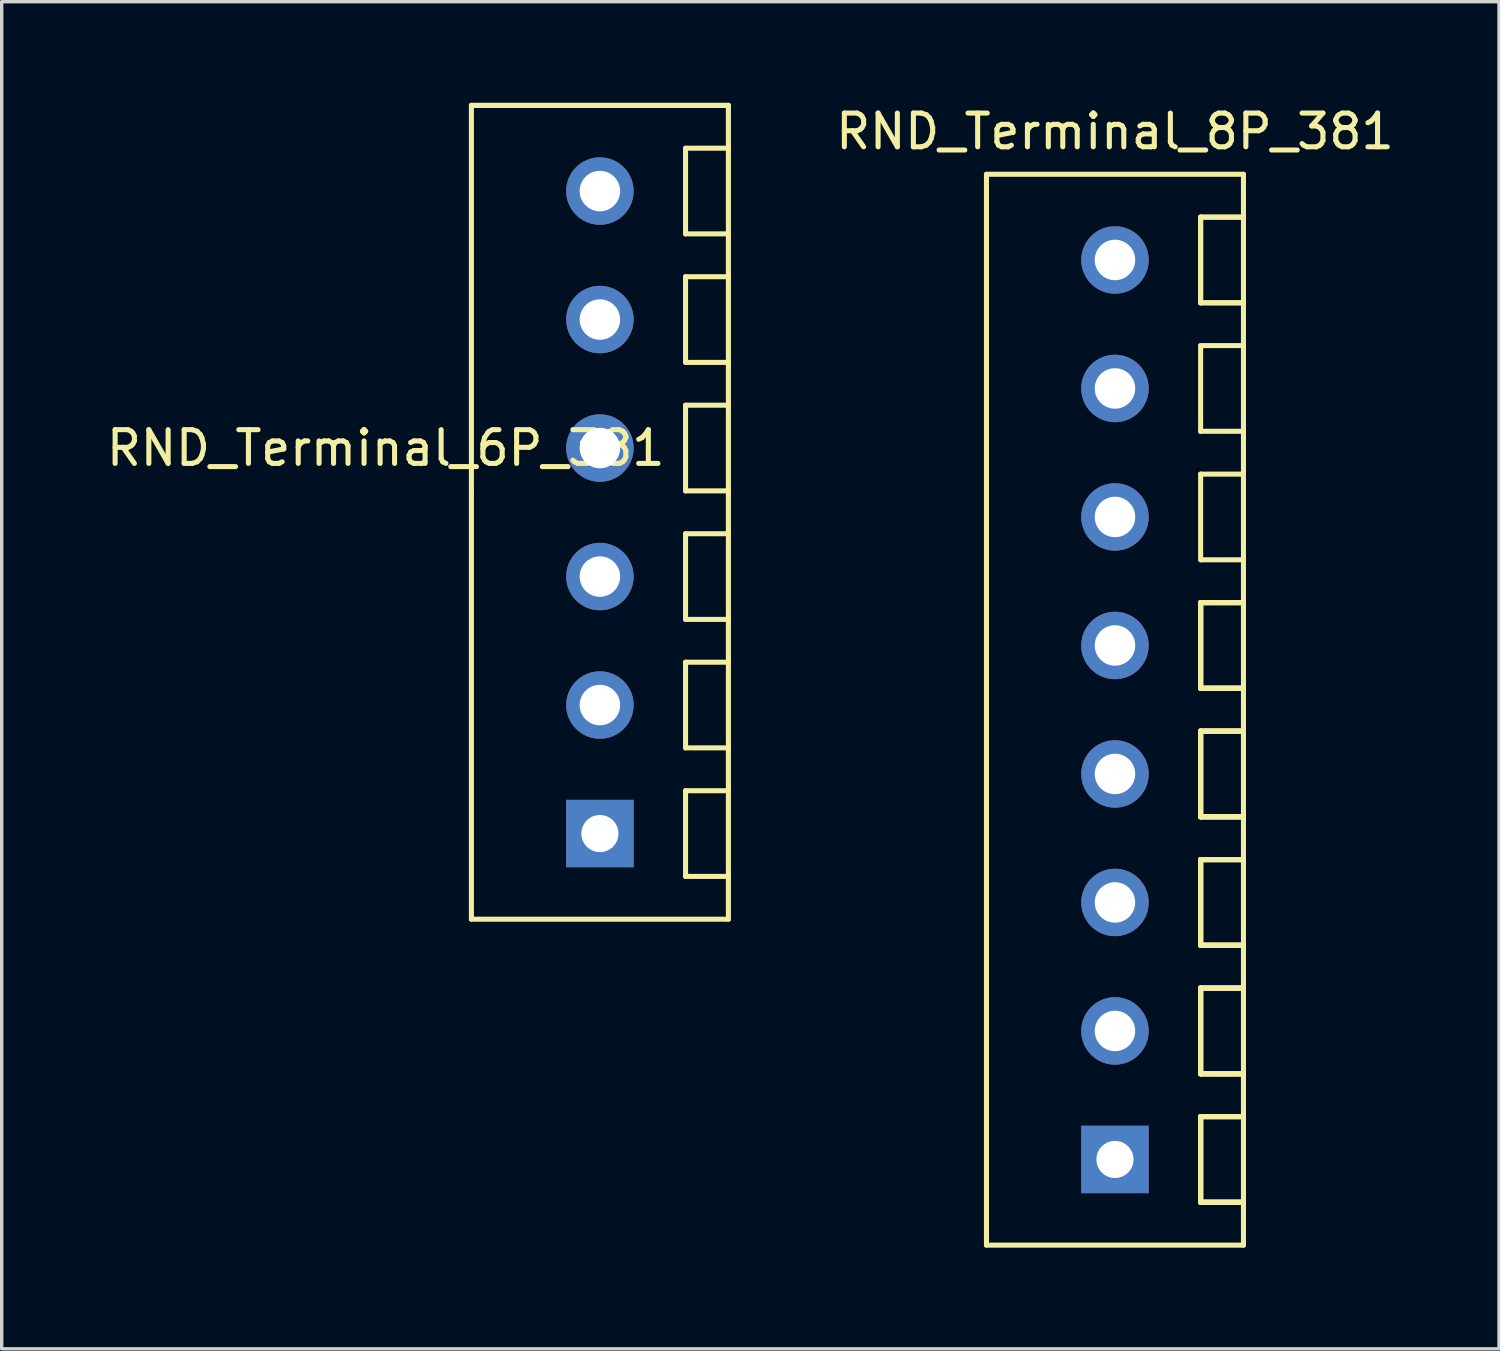
<source format=kicad_pcb>
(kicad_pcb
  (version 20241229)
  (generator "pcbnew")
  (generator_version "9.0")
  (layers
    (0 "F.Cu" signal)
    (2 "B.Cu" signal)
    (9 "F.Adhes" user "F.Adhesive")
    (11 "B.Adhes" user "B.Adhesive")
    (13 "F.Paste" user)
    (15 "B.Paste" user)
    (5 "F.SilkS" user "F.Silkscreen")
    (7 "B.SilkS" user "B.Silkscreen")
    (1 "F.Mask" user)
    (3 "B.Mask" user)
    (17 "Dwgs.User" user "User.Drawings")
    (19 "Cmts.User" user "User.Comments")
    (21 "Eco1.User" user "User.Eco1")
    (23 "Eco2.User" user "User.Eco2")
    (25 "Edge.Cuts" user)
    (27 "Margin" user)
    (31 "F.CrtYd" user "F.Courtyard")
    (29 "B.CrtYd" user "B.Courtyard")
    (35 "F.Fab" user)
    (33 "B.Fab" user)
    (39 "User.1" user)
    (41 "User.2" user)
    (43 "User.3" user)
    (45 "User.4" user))
  (footprint "RND_Terminal_8P_381"
    (layer "F.Cu")
    (at 30.009 7.198)
    (property "Reference" "RND_Terminal_8P_381" (at 0 -6.35 0) (layer "F.SilkS") (effects (font (size 1 1) (thickness 0.15))))
    (attr through_hole)
    (fp_line (start -3.81 -5.08) (end 3.81 -5.08) (stroke (width 0.15) (type solid)) (layer "F.SilkS"))
    (fp_line (start -3.81 7.62) (end -3.81 -5.08) (stroke (width 0.15) (type solid)) (layer "F.SilkS"))
    (fp_line (start -3.81 7.62) (end -3.81 26.67) (stroke (width 0.15) (type solid)) (layer "F.SilkS"))
    (fp_line (start 2.54 -3.81) (end 2.54 -1.27) (stroke (width 0.15) (type solid)) (layer "F.SilkS"))
    (fp_line (start 2.54 -3.81) (end 2.54 -1.27) (stroke (width 0.15) (type solid)) (layer "F.SilkS"))
    (fp_line (start 2.54 -1.27) (end 3.81 -1.27) (stroke (width 0.15) (type solid)) (layer "F.SilkS"))
    (fp_line (start 2.54 -1.27) (end 3.81 -1.27) (stroke (width 0.15) (type solid)) (layer "F.SilkS"))
    (fp_line (start 2.54 0) (end 2.54 2.54) (stroke (width 0.15) (type solid)) (layer "F.SilkS"))
    (fp_line (start 2.54 2.54) (end 3.81 2.54) (stroke (width 0.15) (type solid)) (layer "F.SilkS"))
    (fp_line (start 2.54 3.81) (end 2.54 6.35) (stroke (width 0.15) (type solid)) (layer "F.SilkS"))
    (fp_line (start 2.54 6.35) (end 3.81 6.35) (stroke (width 0.15) (type solid)) (layer "F.SilkS"))
    (fp_line (start 2.54 7.62) (end 2.54 10.16) (stroke (width 0.15) (type solid)) (layer "F.SilkS"))
    (fp_line (start 2.54 7.62) (end 2.54 10.16) (stroke (width 0.15) (type solid)) (layer "F.SilkS"))
    (fp_line (start 2.54 7.62) (end 2.54 10.16) (stroke (width 0.15) (type solid)) (layer "F.SilkS"))
    (fp_line (start 2.54 7.62) (end 2.54 10.16) (stroke (width 0.15) (type solid)) (layer "F.SilkS"))
    (fp_line (start 2.54 10.16) (end 3.81 10.16) (stroke (width 0.15) (type solid)) (layer "F.SilkS"))
    (fp_line (start 2.54 10.16) (end 3.81 10.16) (stroke (width 0.15) (type solid)) (layer "F.SilkS"))
    (fp_line (start 2.54 10.16) (end 3.81 10.16) (stroke (width 0.15) (type solid)) (layer "F.SilkS"))
    (fp_line (start 2.54 10.16) (end 3.81 10.16) (stroke (width 0.15) (type solid)) (layer "F.SilkS"))
    (fp_line (start 2.54 11.43) (end 2.54 13.97) (stroke (width 0.15) (type solid)) (layer "F.SilkS"))
    (fp_line (start 2.54 11.43) (end 2.54 13.97) (stroke (width 0.15) (type solid)) (layer "F.SilkS"))
    (fp_line (start 2.54 11.43) (end 2.54 13.97) (stroke (width 0.15) (type solid)) (layer "F.SilkS"))
    (fp_line (start 2.54 11.43) (end 2.54 13.97) (stroke (width 0.15) (type solid)) (layer "F.SilkS"))
    (fp_line (start 2.54 13.97) (end 3.81 13.97) (stroke (width 0.15) (type solid)) (layer "F.SilkS"))
    (fp_line (start 2.54 13.97) (end 3.81 13.97) (stroke (width 0.15) (type solid)) (layer "F.SilkS"))
    (fp_line (start 2.54 13.97) (end 3.81 13.97) (stroke (width 0.15) (type solid)) (layer "F.SilkS"))
    (fp_line (start 2.54 13.97) (end 3.81 13.97) (stroke (width 0.15) (type solid)) (layer "F.SilkS"))
    (fp_line (start 2.54 15.24) (end 2.54 17.78) (stroke (width 0.15) (type solid)) (layer "F.SilkS"))
    (fp_line (start 2.54 15.24) (end 2.54 17.78) (stroke (width 0.15) (type solid)) (layer "F.SilkS"))
    (fp_line (start 2.54 15.24) (end 2.54 17.78) (stroke (width 0.15) (type solid)) (layer "F.SilkS"))
    (fp_line (start 2.54 15.24) (end 2.54 17.78) (stroke (width 0.15) (type solid)) (layer "F.SilkS"))
    (fp_line (start 2.54 17.78) (end 3.81 17.78) (stroke (width 0.15) (type solid)) (layer "F.SilkS"))
    (fp_line (start 2.54 17.78) (end 3.81 17.78) (stroke (width 0.15) (type solid)) (layer "F.SilkS"))
    (fp_line (start 2.54 17.78) (end 3.81 17.78) (stroke (width 0.15) (type solid)) (layer "F.SilkS"))
    (fp_line (start 2.54 17.78) (end 3.81 17.78) (stroke (width 0.15) (type solid)) (layer "F.SilkS"))
    (fp_line (start 2.54 19.05) (end 2.54 21.59) (stroke (width 0.15) (type solid)) (layer "F.SilkS"))
    (fp_line (start 2.54 19.05) (end 2.54 21.59) (stroke (width 0.15) (type solid)) (layer "F.SilkS"))
    (fp_line (start 2.54 19.05) (end 2.54 21.59) (stroke (width 0.15) (type solid)) (layer "F.SilkS"))
    (fp_line (start 2.54 19.05) (end 2.54 21.59) (stroke (width 0.15) (type solid)) (layer "F.SilkS"))
    (fp_line (start 2.54 21.59) (end 3.81 21.59) (stroke (width 0.15) (type solid)) (layer "F.SilkS"))
    (fp_line (start 2.54 21.59) (end 3.81 21.59) (stroke (width 0.15) (type solid)) (layer "F.SilkS"))
    (fp_line (start 2.54 21.59) (end 3.81 21.59) (stroke (width 0.15) (type solid)) (layer "F.SilkS"))
    (fp_line (start 2.54 21.59) (end 3.81 21.59) (stroke (width 0.15) (type solid)) (layer "F.SilkS"))
    (fp_line (start 2.54 22.86) (end 2.54 25.4) (stroke (width 0.15) (type solid)) (layer "F.SilkS"))
    (fp_line (start 2.54 22.86) (end 2.54 25.4) (stroke (width 0.15) (type solid)) (layer "F.SilkS"))
    (fp_line (start 2.54 22.86) (end 2.54 25.4) (stroke (width 0.15) (type solid)) (layer "F.SilkS"))
    (fp_line (start 2.54 22.86) (end 2.54 25.4) (stroke (width 0.15) (type solid)) (layer "F.SilkS"))
    (fp_line (start 2.54 25.4) (end 3.81 25.4) (stroke (width 0.15) (type solid)) (layer "F.SilkS"))
    (fp_line (start 2.54 25.4) (end 3.81 25.4) (stroke (width 0.15) (type solid)) (layer "F.SilkS"))
    (fp_line (start 2.54 25.4) (end 3.81 25.4) (stroke (width 0.15) (type solid)) (layer "F.SilkS"))
    (fp_line (start 2.54 25.4) (end 3.81 25.4) (stroke (width 0.15) (type solid)) (layer "F.SilkS"))
    (fp_line (start 3.81 -5.08) (end 3.81 7.62) (stroke (width 0.15) (type solid)) (layer "F.SilkS"))
    (fp_line (start 3.81 -3.81) (end 2.54 -3.81) (stroke (width 0.15) (type solid)) (layer "F.SilkS"))
    (fp_line (start 3.81 -3.81) (end 2.54 -3.81) (stroke (width 0.15) (type solid)) (layer "F.SilkS"))
    (fp_line (start 3.81 0) (end 2.54 0) (stroke (width 0.15) (type solid)) (layer "F.SilkS"))
    (fp_line (start 3.81 3.81) (end 2.54 3.81) (stroke (width 0.15) (type solid)) (layer "F.SilkS"))
    (fp_line (start 3.81 7.62) (end 2.54 7.62) (stroke (width 0.15) (type solid)) (layer "F.SilkS"))
    (fp_line (start 3.81 7.62) (end 2.54 7.62) (stroke (width 0.15) (type solid)) (layer "F.SilkS"))
    (fp_line (start 3.81 7.62) (end 2.54 7.62) (stroke (width 0.15) (type solid)) (layer "F.SilkS"))
    (fp_line (start 3.81 7.62) (end 2.54 7.62) (stroke (width 0.15) (type solid)) (layer "F.SilkS"))
    (fp_line (start 3.81 7.62) (end 3.81 26.67) (stroke (width 0.15) (type solid)) (layer "F.SilkS"))
    (fp_line (start 3.81 11.43) (end 2.54 11.43) (stroke (width 0.15) (type solid)) (layer "F.SilkS"))
    (fp_line (start 3.81 11.43) (end 2.54 11.43) (stroke (width 0.15) (type solid)) (layer "F.SilkS"))
    (fp_line (start 3.81 11.43) (end 2.54 11.43) (stroke (width 0.15) (type solid)) (layer "F.SilkS"))
    (fp_line (start 3.81 11.43) (end 2.54 11.43) (stroke (width 0.15) (type solid)) (layer "F.SilkS"))
    (fp_line (start 3.81 15.24) (end 2.54 15.24) (stroke (width 0.15) (type solid)) (layer "F.SilkS"))
    (fp_line (start 3.81 15.24) (end 2.54 15.24) (stroke (width 0.15) (type solid)) (layer "F.SilkS"))
    (fp_line (start 3.81 15.24) (end 2.54 15.24) (stroke (width 0.15) (type solid)) (layer "F.SilkS"))
    (fp_line (start 3.81 15.24) (end 2.54 15.24) (stroke (width 0.15) (type solid)) (layer "F.SilkS"))
    (fp_line (start 3.81 19.05) (end 2.54 19.05) (stroke (width 0.15) (type solid)) (layer "F.SilkS"))
    (fp_line (start 3.81 19.05) (end 2.54 19.05) (stroke (width 0.15) (type solid)) (layer "F.SilkS"))
    (fp_line (start 3.81 19.05) (end 2.54 19.05) (stroke (width 0.15) (type solid)) (layer "F.SilkS"))
    (fp_line (start 3.81 19.05) (end 2.54 19.05) (stroke (width 0.15) (type solid)) (layer "F.SilkS"))
    (fp_line (start 3.81 22.86) (end 2.54 22.86) (stroke (width 0.15) (type solid)) (layer "F.SilkS"))
    (fp_line (start 3.81 22.86) (end 2.54 22.86) (stroke (width 0.15) (type solid)) (layer "F.SilkS"))
    (fp_line (start 3.81 22.86) (end 2.54 22.86) (stroke (width 0.15) (type solid)) (layer "F.SilkS"))
    (fp_line (start 3.81 22.86) (end 2.54 22.86) (stroke (width 0.15) (type solid)) (layer "F.SilkS"))
    (fp_line (start 3.81 26.67) (end -3.81 26.67) (stroke (width 0.15) (type solid)) (layer "F.SilkS"))
    (pad "1" thru_hole circle (at 0 -2.54) (size 2 2) (drill 1.2) (layers "*.Cu" "*.Mask"))
    (pad "2" thru_hole circle (at 0 1.27) (size 2 2) (drill 1.2) (layers "*.Cu" "*.Mask"))
    (pad "3" thru_hole circle (at 0 5.08) (size 2 2) (drill 1.2) (layers "*.Cu" "*.Mask"))
    (pad "4" thru_hole circle (at 0 8.89) (size 2 2) (drill 1.2) (layers "*.Cu" "*.Mask"))
    (pad "5" thru_hole circle (at 0 12.7) (size 2 2) (drill 1.2) (layers "*.Cu" "*.Mask"))
    (pad "6" thru_hole circle (at 0 16.51) (size 2 2) (drill 1.2) (layers "*.Cu" "*.Mask"))
    (pad "7" thru_hole circle (at 0 20.32) (size 2 2) (drill 1.2) (layers "*.Cu" "*.Mask"))
    (pad "8" thru_hole rect (at 0 24.13) (size 2 2) (drill 1.1) (layers "*.Cu" "*.Mask")))
  (footprint "RND_Terminal_6P_381"
    (layer "F.Cu")
    (at 14.737 16.585)
    (property "Reference" "RND_Terminal_6P_381" (at -6.35 -6.35 0) (layer "F.SilkS") (effects (font (size 1 1) (thickness 0.15))))
    (attr through_hole)
    (fp_line (start -3.81 -16.51) (end 3.81 -16.51) (stroke (width 0.15) (type solid)) (layer "F.SilkS"))
    (fp_line (start -3.81 -16.51) (end 3.81 -16.51) (stroke (width 0.15) (type solid)) (layer "F.SilkS"))
    (fp_line (start -3.81 -5.08) (end -3.81 -16.51) (stroke (width 0.15) (type solid)) (layer "F.SilkS"))
    (fp_line (start -3.81 7.62) (end -3.81 -5.08) (stroke (width 0.15) (type solid)) (layer "F.SilkS"))
    (fp_line (start 2.54 -15.24) (end 3.81 -15.24) (stroke (width 0.15) (type solid)) (layer "F.SilkS"))
    (fp_line (start 2.54 -12.7) (end 2.54 -15.24) (stroke (width 0.15) (type solid)) (layer "F.SilkS"))
    (fp_line (start 2.54 -11.43) (end 3.81 -11.43) (stroke (width 0.15) (type solid)) (layer "F.SilkS"))
    (fp_line (start 2.54 -8.89) (end 2.54 -11.43) (stroke (width 0.15) (type solid)) (layer "F.SilkS"))
    (fp_line (start 2.54 -7.62) (end 3.81 -7.62) (stroke (width 0.15) (type solid)) (layer "F.SilkS"))
    (fp_line (start 2.54 -5.08) (end 2.54 -7.62) (stroke (width 0.15) (type solid)) (layer "F.SilkS"))
    (fp_line (start 2.54 -3.81) (end 2.54 -1.27) (stroke (width 0.15) (type solid)) (layer "F.SilkS"))
    (fp_line (start 2.54 -1.27) (end 3.81 -1.27) (stroke (width 0.15) (type solid)) (layer "F.SilkS"))
    (fp_line (start 2.54 0) (end 2.54 2.54) (stroke (width 0.15) (type solid)) (layer "F.SilkS"))
    (fp_line (start 2.54 2.54) (end 3.81 2.54) (stroke (width 0.15) (type solid)) (layer "F.SilkS"))
    (fp_line (start 2.54 3.81) (end 2.54 6.35) (stroke (width 0.15) (type solid)) (layer "F.SilkS"))
    (fp_line (start 2.54 6.35) (end 3.81 6.35) (stroke (width 0.15) (type solid)) (layer "F.SilkS"))
    (fp_line (start 3.81 -16.51) (end 3.81 -5.08) (stroke (width 0.15) (type solid)) (layer "F.SilkS"))
    (fp_line (start 3.81 -12.7) (end 2.54 -12.7) (stroke (width 0.15) (type solid)) (layer "F.SilkS"))
    (fp_line (start 3.81 -8.89) (end 2.54 -8.89) (stroke (width 0.15) (type solid)) (layer "F.SilkS"))
    (fp_line (start 3.81 -5.08) (end 2.54 -5.08) (stroke (width 0.15) (type solid)) (layer "F.SilkS"))
    (fp_line (start 3.81 -5.08) (end 3.81 7.62) (stroke (width 0.15) (type solid)) (layer "F.SilkS"))
    (fp_line (start 3.81 -3.81) (end 2.54 -3.81) (stroke (width 0.15) (type solid)) (layer "F.SilkS"))
    (fp_line (start 3.81 0) (end 2.54 0) (stroke (width 0.15) (type solid)) (layer "F.SilkS"))
    (fp_line (start 3.81 3.81) (end 2.54 3.81) (stroke (width 0.15) (type solid)) (layer "F.SilkS"))
    (fp_line (start 3.81 7.62) (end -3.81 7.62) (stroke (width 0.15) (type solid)) (layer "F.SilkS"))
    (pad "1" thru_hole circle (at 0 -13.97) (size 2 2) (drill 1.2) (layers "*.Cu" "*.Mask"))
    (pad "2" thru_hole circle (at 0 -10.16) (size 2 2) (drill 1.2) (layers "*.Cu" "*.Mask"))
    (pad "3" thru_hole circle (at 0 -6.35) (size 2 2) (drill 1.2) (layers "*.Cu" "*.Mask"))
    (pad "4" thru_hole circle (at 0 -2.54) (size 2 2) (drill 1.2) (layers "*.Cu" "*.Mask"))
    (pad "5" thru_hole circle (at 0 1.27) (size 2 2) (drill 1.2) (layers "*.Cu" "*.Mask"))
    (pad "6" thru_hole rect (at 0 5.08) (size 2 2) (drill 1.1) (layers "*.Cu" "*.Mask")))
  (gr_rect
    (start -3 -3)
    (end 41.396 36.943)
    (stroke (width 0.1) (type default))
    (fill no)
    (layer "Edge.Cuts")))
</source>
